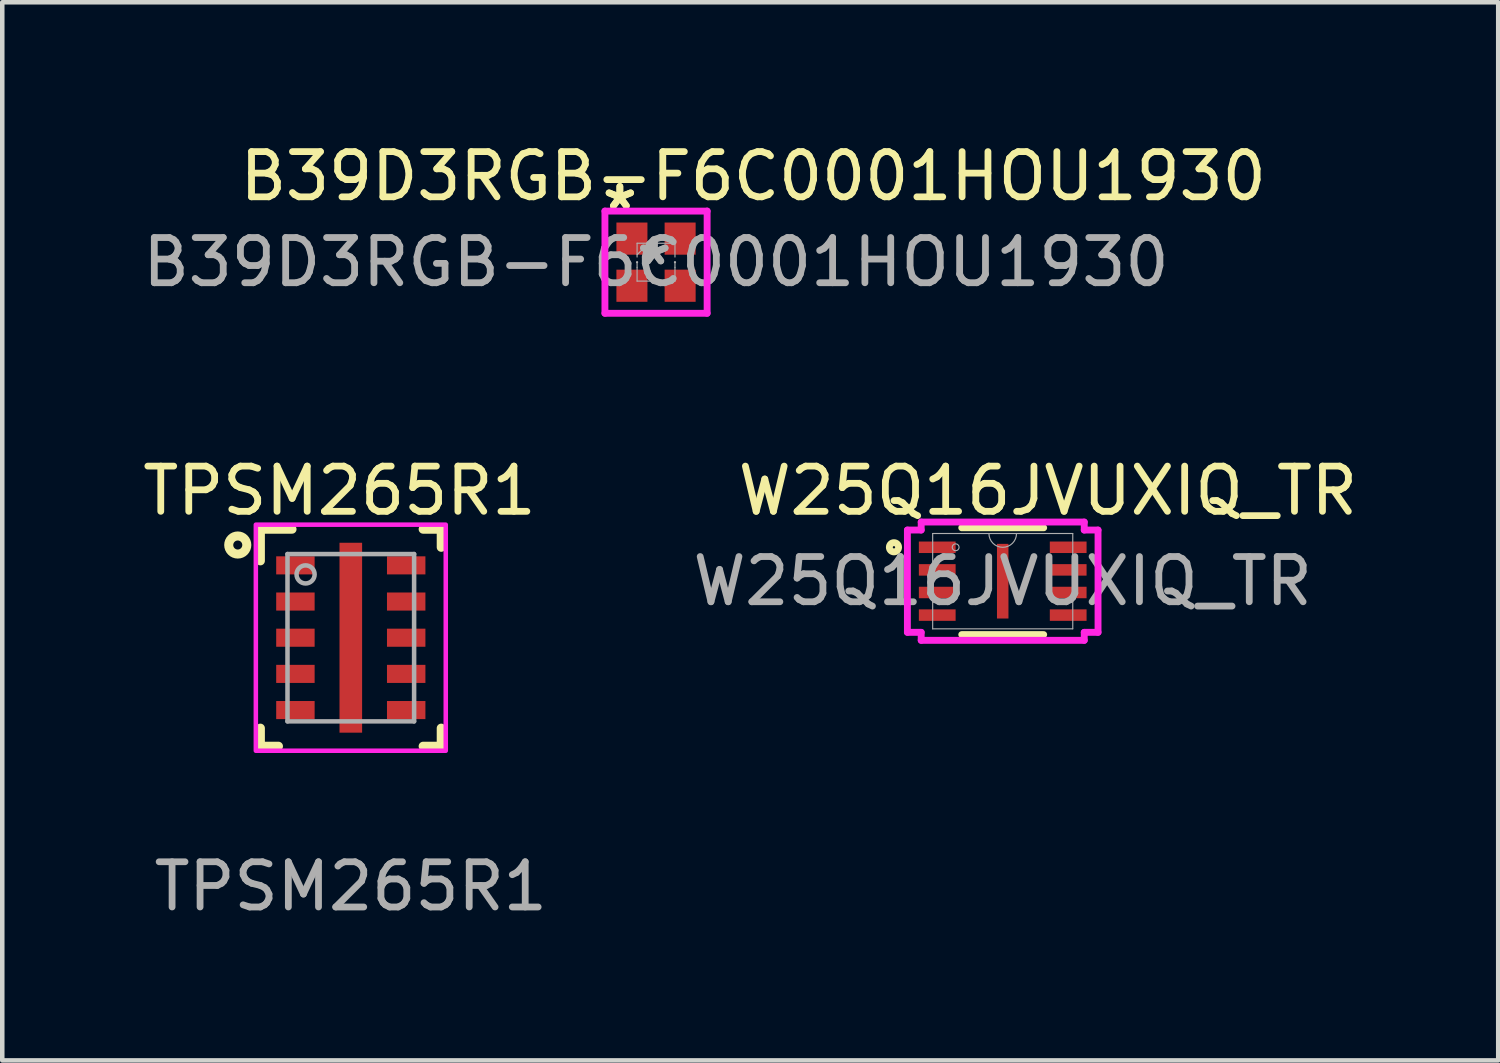
<source format=kicad_pcb>
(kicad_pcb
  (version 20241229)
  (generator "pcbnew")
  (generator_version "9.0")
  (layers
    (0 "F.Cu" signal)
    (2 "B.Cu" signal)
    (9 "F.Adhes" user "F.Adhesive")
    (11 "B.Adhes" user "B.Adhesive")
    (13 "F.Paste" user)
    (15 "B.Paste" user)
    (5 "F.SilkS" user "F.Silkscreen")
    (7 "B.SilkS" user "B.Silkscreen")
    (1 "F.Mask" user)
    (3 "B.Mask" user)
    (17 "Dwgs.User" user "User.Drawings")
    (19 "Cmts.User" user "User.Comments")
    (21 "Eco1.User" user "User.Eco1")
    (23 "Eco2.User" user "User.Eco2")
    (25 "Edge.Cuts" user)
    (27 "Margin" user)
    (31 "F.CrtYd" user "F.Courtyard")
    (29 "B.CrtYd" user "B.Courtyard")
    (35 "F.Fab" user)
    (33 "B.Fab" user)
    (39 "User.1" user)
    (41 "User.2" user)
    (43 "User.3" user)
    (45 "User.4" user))
  (footprint "TPSM265R1"
    (layer "F.Cu")
    (at 4.708 11.053)
    (property "Reference" "TPSM265R1" (at -0.25 -3.25 0) (unlocked yes) (layer "F.SilkS") (effects (font (size 1 1) (thickness 0.15))))
    (attr smd)
    (fp_line (start -2 -2.4) (end -1.3 -2.4) (stroke (width 0.2) (type solid)) (layer "F.SilkS"))
    (fp_line (start -2 -1.7) (end -2 -2.4) (stroke (width 0.2) (type solid)) (layer "F.SilkS"))
    (fp_line (start -2 2.4) (end -2 2) (stroke (width 0.2) (type solid)) (layer "F.SilkS"))
    (fp_line (start -2 2.4) (end -1.6 2.4) (stroke (width 0.2) (type solid)) (layer "F.SilkS"))
    (fp_line (start 1.6 -2.4) (end 2 -2.4) (stroke (width 0.2) (type solid)) (layer "F.SilkS"))
    (fp_line (start 1.6 2.4) (end 2 2.4) (stroke (width 0.2) (type solid)) (layer "F.SilkS"))
    (fp_line (start 2 -2) (end 2 -2.4) (stroke (width 0.2) (type solid)) (layer "F.SilkS"))
    (fp_line (start 2 2.4) (end 2 2) (stroke (width 0.2) (type solid)) (layer "F.SilkS"))
    (fp_circle (center -2.5 -2.05) (end -2.3 -2.05) (stroke (width 0.2) (type solid)) (fill no) (layer "F.SilkS"))
    (fp_poly (pts (xy -0.2 -1.15) (xy -0.15 -1.1) (xy 0.15 -1.1) (xy 0.2 -1.15) (xy 0.2 -1.85) (xy 0.15 -1.9) (xy -0.15 -1.9) (xy -0.2 -1.85)) (stroke (width 0) (type solid)) (fill yes) (layer "F.Paste"))
    (fp_poly (pts (xy -0.2 -0.15) (xy -0.15 -0.1) (xy 0.15 -0.1) (xy 0.2 -0.15) (xy 0.2 -0.85) (xy 0.15 -0.9) (xy -0.15 -0.9) (xy -0.2 -0.85)) (stroke (width 0) (type solid)) (fill yes) (layer "F.Paste"))
    (fp_poly (pts (xy 0.2 0.15) (xy 0.15 0.1) (xy -0.15 0.1) (xy -0.2 0.15) (xy -0.2 0.85) (xy -0.15 0.9) (xy 0.15 0.9) (xy 0.2 0.85)) (stroke (width 0) (type solid)) (fill yes) (layer "F.Paste"))
    (fp_poly (pts (xy 0.2 1.15) (xy 0.15 1.1) (xy -0.15 1.1) (xy -0.2 1.15) (xy -0.2 1.85) (xy -0.15 1.9) (xy 0.15 1.9) (xy 0.2 1.85)) (stroke (width 0) (type solid)) (fill yes) (layer "F.Paste"))
    (fp_rect (start -2.1 -2.5) (end 2.1 2.5) (stroke (width 0.1) (type default)) (fill no) (layer "F.CrtYd"))
    (fp_line (start -1.4 -1.85) (end 1.4 -1.85) (stroke (width 0.1) (type solid)) (layer "F.Fab"))
    (fp_line (start -1.4 1.85) (end -1.4 -1.85) (stroke (width 0.1) (type solid)) (layer "F.Fab"))
    (fp_line (start -1.4 1.85) (end 1.4 1.85) (stroke (width 0.1) (type solid)) (layer "F.Fab"))
    (fp_line (start 1.4 1.85) (end 1.4 -1.85) (stroke (width 0.1) (type solid)) (layer "F.Fab"))
    (fp_circle (center -1 -1.4) (end -0.8 -1.4) (stroke (width 0.1) (type solid)) (fill no) (layer "F.Fab"))
    (fp_text user "${REFERENCE}" (at 0 5.5 0) (unlocked yes) (layer "F.Fab") (effects (font (size 1 1) (thickness 0.15))))
    (pad "1" smd rect (at -1.225 -1.6) (size 0.85 0.4) (layers "F.Cu" "F.Mask" "F.Paste"))
    (pad "2" smd rect (at -1.225 -0.8) (size 0.85 0.4) (layers "F.Cu" "F.Mask" "F.Paste"))
    (pad "3" smd rect (at -1.225 -0.000003) (size 0.85 0.4) (layers "F.Cu" "F.Mask" "F.Paste"))
    (pad "4" smd rect (at -1.225 0.8) (size 0.85 0.4) (layers "F.Cu" "F.Mask" "F.Paste"))
    (pad "5" smd rect (at -1.225 1.6) (size 0.85 0.4) (layers "F.Cu" "F.Mask" "F.Paste"))
    (pad "6" smd rect (at 1.225 1.6) (size 0.85 0.4) (layers "F.Cu" "F.Mask" "F.Paste"))
    (pad "7" smd rect (at 1.225 0.8) (size 0.85 0.4) (layers "F.Cu" "F.Mask" "F.Paste"))
    (pad "8" smd rect (at 1.225 0.000003) (size 0.85 0.4) (layers "F.Cu" "F.Mask" "F.Paste"))
    (pad "9" smd rect (at 1.225 -0.8) (size 0.85 0.4) (layers "F.Cu" "F.Mask" "F.Paste"))
    (pad "10" smd rect (at 1.225 -1.6) (size 0.85 0.4) (layers "F.Cu" "F.Mask" "F.Paste"))
    (pad "11" smd rect (at 0 0 90) (size 4.2 0.5) (layers "F.Cu" "F.Mask")))
  (footprint "W25Q16JVUXIQ_TR"
    (layer "F.Cu")
    (at 19.125 9.803)
    (property "Reference" "W25Q16JVUXIQ_TR" (at 1 -2 0) (unlocked yes) (layer "F.SilkS") (effects (font (size 1 1) (thickness 0.15))))
    (attr smd)
    (fp_line (start -0.906 1.181) (end 0.906 1.181) (stroke (width 0.152) (type solid)) (layer "F.SilkS"))
    (fp_line (start 0.906 -1.181) (end -0.906 -1.181) (stroke (width 0.152) (type solid)) (layer "F.SilkS"))
    (fp_circle (center -2.405 -0.75) (end -2.303 -0.75) (stroke (width 0.152) (type solid)) (fill no) (layer "F.SilkS"))
    (fp_line (start -2.108 -1.131) (end -1.803 -1.131) (stroke (width 0.152) (type solid)) (layer "F.CrtYd"))
    (fp_line (start -2.108 1.131) (end -2.108 -1.131) (stroke (width 0.152) (type solid)) (layer "F.CrtYd"))
    (fp_line (start -2.108 1.131) (end -1.803 1.131) (stroke (width 0.152) (type solid)) (layer "F.CrtYd"))
    (fp_line (start -1.803 -1.308) (end 1.803 -1.308) (stroke (width 0.152) (type solid)) (layer "F.CrtYd"))
    (fp_line (start -1.803 -1.131) (end -1.803 -1.308) (stroke (width 0.152) (type solid)) (layer "F.CrtYd"))
    (fp_line (start -1.803 1.308) (end -1.803 1.131) (stroke (width 0.152) (type solid)) (layer "F.CrtYd"))
    (fp_line (start 1.803 -1.308) (end 1.803 -1.131) (stroke (width 0.152) (type solid)) (layer "F.CrtYd"))
    (fp_line (start 1.803 1.131) (end 1.803 1.308) (stroke (width 0.152) (type solid)) (layer "F.CrtYd"))
    (fp_line (start 1.803 1.308) (end -1.803 1.308) (stroke (width 0.152) (type solid)) (layer "F.CrtYd"))
    (fp_line (start 2.108 -1.131) (end 1.803 -1.131) (stroke (width 0.152) (type solid)) (layer "F.CrtYd"))
    (fp_line (start 2.108 -1.131) (end 2.108 1.131) (stroke (width 0.152) (type solid)) (layer "F.CrtYd"))
    (fp_line (start 2.108 1.131) (end 1.803 1.131) (stroke (width 0.152) (type solid)) (layer "F.CrtYd"))
    (fp_line (start -1.549 -1.054) (end -1.549 1.054) (stroke (width 0.025) (type solid)) (layer "F.Fab"))
    (fp_line (start -1.549 1.054) (end 1.549 1.054) (stroke (width 0.025) (type solid)) (layer "F.Fab"))
    (fp_line (start 1.549 -1.054) (end -1.549 -1.054) (stroke (width 0.025) (type solid)) (layer "F.Fab"))
    (fp_line (start 1.549 1.054) (end 1.549 -1.054) (stroke (width 0.025) (type solid)) (layer "F.Fab"))
    (fp_arc (start 0.3048 -1.0541) (mid 0 -0.7493) (end -0.3048 -1.0541) (stroke (width 0.0254) (type solid)) (layer "F.Fab"))
    (fp_circle (center -1.041 -0.75) (end -0.965 -0.75) (stroke (width 0.025) (type solid)) (fill no) (layer "F.Fab"))
    (fp_text user "${REFERENCE}" (at 0 0 0) (unlocked yes) (layer "F.Fab") (effects (font (size 1 1) (thickness 0.15))))
    (pad "1" smd rect (at -1.448 -0.75) (size 0.813 0.254) (layers "F.Cu" "F.Mask" "F.Paste"))
    (pad "2" smd rect (at -1.448 -0.25) (size 0.813 0.254) (layers "F.Cu" "F.Mask" "F.Paste"))
    (pad "3" smd rect (at -1.448 0.25) (size 0.813 0.254) (layers "F.Cu" "F.Mask" "F.Paste"))
    (pad "4" smd rect (at -1.448 0.75) (size 0.813 0.254) (layers "F.Cu" "F.Mask" "F.Paste"))
    (pad "5" smd rect (at 1.448 0.75) (size 0.813 0.254) (layers "F.Cu" "F.Mask" "F.Paste"))
    (pad "6" smd rect (at 1.448 0.25) (size 0.813 0.254) (layers "F.Cu" "F.Mask" "F.Paste"))
    (pad "7" smd rect (at 1.448 -0.25) (size 0.813 0.254) (layers "F.Cu" "F.Mask" "F.Paste"))
    (pad "8" smd rect (at 1.448 -0.75) (size 0.813 0.254) (layers "F.Cu" "F.Mask" "F.Paste"))
    (pad "9" smd rect (at 0 0) (size 0.254 1.651) (layers "F.Cu" "F.Mask" "F.Paste")))
  (footprint "B39D3RGB-F6C0001HOU1930"
    (layer "F.Cu")
    (at 11.458 2.748)
    (property "Reference" "B39D3RGB-F6C0001HOU1930" (at 2.15 -1.9 0) (unlocked yes) (layer "F.SilkS") (effects (font (size 1 1) (thickness 0.15))))
    (attr smd)
    (fp_line (start -1.13 -1.13) (end 1.13 -1.13) (stroke (width 0.152) (type solid)) (layer "F.CrtYd"))
    (fp_line (start -1.13 1.13) (end -1.13 -1.13) (stroke (width 0.152) (type solid)) (layer "F.CrtYd"))
    (fp_line (start 1.13 -1.13) (end 1.13 1.13) (stroke (width 0.152) (type solid)) (layer "F.CrtYd"))
    (fp_line (start 1.13 1.13) (end -1.13 1.13) (stroke (width 0.152) (type solid)) (layer "F.CrtYd"))
    (fp_line (start -0.419 -0.419) (end 0.419 -0.419) (stroke (width 0.025) (type solid)) (layer "F.Fab"))
    (fp_line (start -0.419 -0.114) (end -0.419 -0.419) (stroke (width 0.025) (type solid)) (layer "F.Fab"))
    (fp_line (start -0.419 0) (end -0.419 0.114) (stroke (width 0.025) (type solid)) (layer "F.Fab"))
    (fp_line (start -0.419 0.114) (end -0.419 0.419) (stroke (width 0.025) (type solid)) (layer "F.Fab"))
    (fp_line (start -0.419 0.419) (end 0.419 0.419) (stroke (width 0.025) (type solid)) (layer "F.Fab"))
    (fp_line (start -0.165 -0.419) (end -0.419 -0.165) (stroke (width 0.025) (type solid)) (layer "F.Fab"))
    (fp_line (start 0.419 -0.114) (end 0.419 -0.419) (stroke (width 0.025) (type solid)) (layer "F.Fab"))
    (fp_line (start 0.419 0) (end 0.419 0.114) (stroke (width 0.025) (type solid)) (layer "F.Fab"))
    (fp_line (start 0.419 0.114) (end 0.419 0.419) (stroke (width 0.025) (type solid)) (layer "F.Fab"))
    (fp_arc (start -0.4191 0) (mid -0.4191 0) (end -0.4191 0) (stroke (width 0.0254) (type solid)) (layer "F.Fab"))
    (fp_arc (start 0.4191 0) (mid 0.4191 0) (end 0.4191 0) (stroke (width 0.0254) (type solid)) (layer "F.Fab"))
    (fp_text user "*" (at -0.8 -1.13 0) (unlocked yes) (layer "F.SilkS") (effects (font (size 1 1) (thickness 0.15))))
    (fp_text user "*" (at -0.8 -1.13 0) (layer "F.SilkS") (effects (font (size 1 1) (thickness 0.15))))
    (fp_text user "*" (at -0.038 0.089 0) (unlocked yes) (layer "F.Fab") (effects (font (size 1 1) (thickness 0.15))))
    (fp_text user "*" (at -0.038 0.089 0) (layer "F.Fab") (effects (font (size 1 1) (thickness 0.15))))
    (fp_text user "${REFERENCE}" (at 0 0 0) (unlocked yes) (layer "F.Fab") (effects (font (size 1 1) (thickness 0.15))))
    (pad "1" smd rect (at -0.533 -0.521) (size 0.686 0.711) (layers "F.Cu" "F.Mask" "F.Paste"))
    (pad "2" smd rect (at -0.533 0.521) (size 0.686 0.711) (layers "F.Cu" "F.Mask" "F.Paste"))
    (pad "3" smd rect (at 0.533 0.521) (size 0.686 0.711) (layers "F.Cu" "F.Mask" "F.Paste"))
    (pad "4" smd rect (at 0.533 -0.521) (size 0.686 0.711) (layers "F.Cu" "F.Mask" "F.Paste")))
  (gr_rect
    (start -3 -3)
    (end 30.083 20.401)
    (stroke (width 0.1) (type default))
    (fill no)
    (layer "Edge.Cuts")))
</source>
